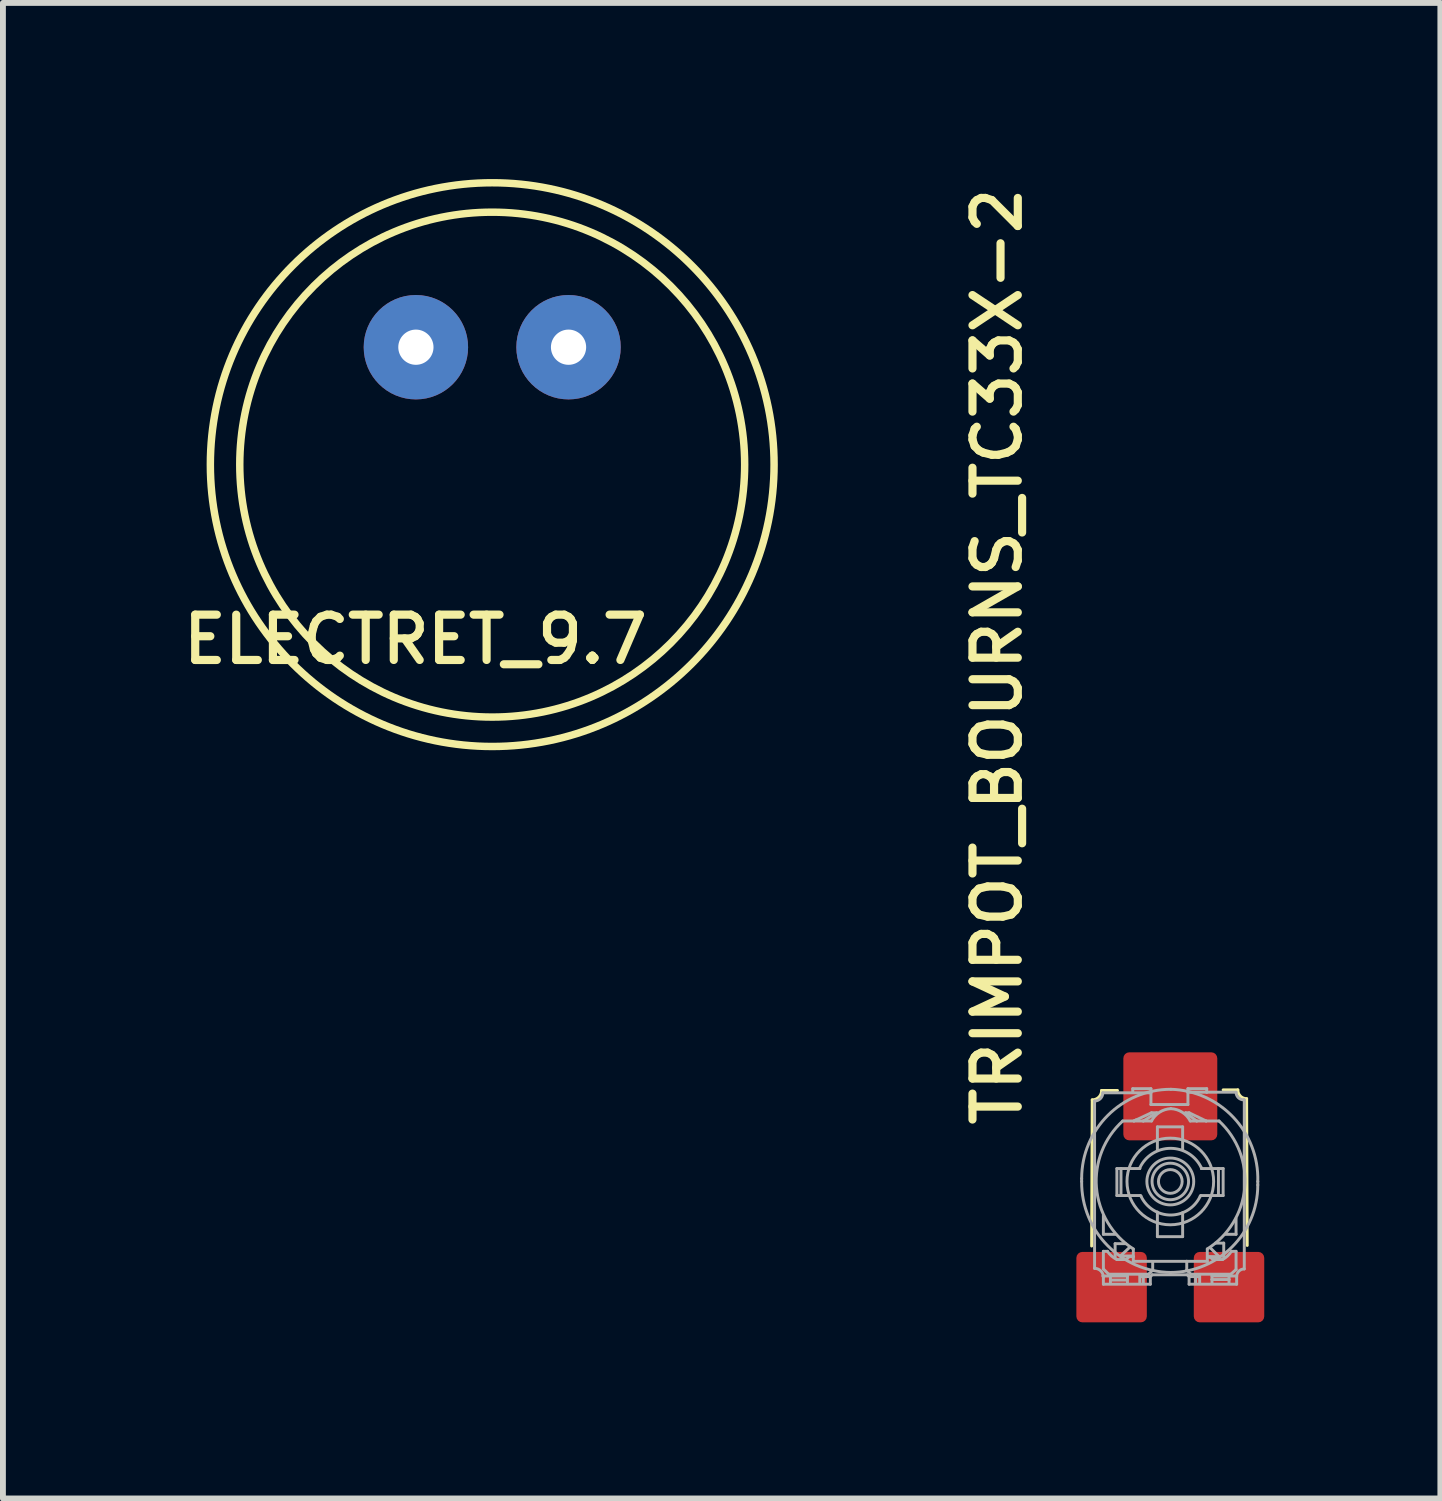
<source format=kicad_pcb>
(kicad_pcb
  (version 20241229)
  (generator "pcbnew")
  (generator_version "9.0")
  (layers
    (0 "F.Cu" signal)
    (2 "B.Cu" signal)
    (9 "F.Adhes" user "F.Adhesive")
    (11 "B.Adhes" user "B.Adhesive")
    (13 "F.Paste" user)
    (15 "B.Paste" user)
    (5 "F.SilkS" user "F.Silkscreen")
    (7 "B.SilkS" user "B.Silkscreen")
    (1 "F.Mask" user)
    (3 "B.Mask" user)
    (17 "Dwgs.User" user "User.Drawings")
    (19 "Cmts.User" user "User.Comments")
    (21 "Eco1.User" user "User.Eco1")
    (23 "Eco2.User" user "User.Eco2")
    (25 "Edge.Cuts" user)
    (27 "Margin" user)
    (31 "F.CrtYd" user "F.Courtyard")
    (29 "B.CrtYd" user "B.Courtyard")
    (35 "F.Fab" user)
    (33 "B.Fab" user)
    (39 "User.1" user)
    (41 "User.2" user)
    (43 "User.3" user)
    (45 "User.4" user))
  (footprint "TRIMPOT_BOURNS_TC33X-2"
    (layer "F.Cu")
    (at 16.884 17.074)
    (property "Reference" "TRIMPOT_BOURNS_TC33X-2" (at -2.496 -0.89 90) (layer "F.SilkS") (effects (font (size 0.772 0.772) (thickness 0.139)) (justify left bottom)))
    (attr through_hole)
    (fp_line (start -1.33 -1.39) (end -1.34 1.1) (stroke (width 0.05) (type solid)) (layer "F.SilkS"))
    (fp_line (start -0.9 -1.55) (end -1.17 -1.55) (stroke (width 0.05) (type solid)) (layer "F.SilkS"))
    (fp_line (start 0.9 -1.56) (end 1.15 -1.56) (stroke (width 0.05) (type solid)) (layer "F.SilkS"))
    (fp_line (start 1.3 -1.41) (end 1.31 1.09) (stroke (width 0.05) (type solid)) (layer "F.SilkS"))
    (fp_arc (start -1.17 -1.55) (mid -1.216863 -1.436863) (end -1.33 -1.39) (stroke (width 0.05) (type solid)) (layer "F.SilkS"))
    (fp_arc (start 1.3 -1.41) (mid 1.193934 -1.453934) (end 1.15 -1.56) (stroke (width 0.05) (type solid)) (layer "F.SilkS"))
    (fp_line (start -1.51 0) (end -1.51 -0.05) (stroke (width 0.05) (type solid)) (layer "F.Fab"))
    (fp_line (start -1.29 -1.37) (end -1.29 1.48) (stroke (width 0.05) (type solid)) (layer "F.Fab"))
    (fp_line (start -1.15 1.61) (end -0.73 1.61) (stroke (width 0.05) (type solid)) (layer "F.Fab"))
    (fp_line (start -1.14 0.58) (end -1.14 0.9) (stroke (width 0.05) (type solid)) (layer "F.Fab"))
    (fp_line (start -1.14 0.9) (end -0.93 0.9) (stroke (width 0.05) (type solid)) (layer "F.Fab"))
    (fp_line (start -1.14 1.19) (end -1.14 1.49) (stroke (width 0.05) (type solid)) (layer "F.Fab"))
    (fp_line (start -1.14 1.49) (end -1.05 1.58) (stroke (width 0.05) (type solid)) (layer "F.Fab"))
    (fp_line (start -1.14 1.63) (end -1.14 1.75) (stroke (width 0.05) (type solid)) (layer "F.Fab"))
    (fp_line (start -1.14 1.75) (end -0.34 1.75) (stroke (width 0.05) (type solid)) (layer "F.Fab"))
    (fp_line (start -1.07 1.19) (end -1.14 1.19) (stroke (width 0.05) (type solid)) (layer "F.Fab"))
    (fp_line (start -1.05 1.58) (end -0.37 1.58) (stroke (width 0.05) (type solid)) (layer "F.Fab"))
    (fp_line (start -1.02 1.62) (end -1.02 1.73) (stroke (width 0.05) (type solid)) (layer "F.Fab"))
    (fp_line (start -1.01 1.68) (end -0.75 1.68) (stroke (width 0.05) (type solid)) (layer "F.Fab"))
    (fp_line (start -0.94 1.06) (end -0.94 1.3) (stroke (width 0.05) (type solid)) (layer "F.Fab"))
    (fp_line (start -0.91 -0.22) (end -0.91 0.24) (stroke (width 0.05) (type solid)) (layer "F.Fab"))
    (fp_line (start -0.91 0.24) (end -0.51 0.24) (stroke (width 0.05) (type solid)) (layer "F.Fab"))
    (fp_line (start -0.85 1.27) (end -0.69 1.12) (stroke (width 0.05) (type solid)) (layer "F.Fab"))
    (fp_line (start -0.84 -0.22) (end -0.91 -0.22) (stroke (width 0.05) (type solid)) (layer "F.Fab"))
    (fp_line (start -0.84 -0.22) (end -0.84 0.23) (stroke (width 0.05) (type solid)) (layer "F.Fab"))
    (fp_line (start -0.81 -1.03) (end -0.62 -1.03) (stroke (width 0.05) (type solid)) (layer "F.Fab"))
    (fp_line (start -0.76 1.06) (end -0.94 1.06) (stroke (width 0.05) (type solid)) (layer "F.Fab"))
    (fp_line (start -0.75 1.33) (end -0.91 1.33) (stroke (width 0.05) (type solid)) (layer "F.Fab"))
    (fp_line (start -0.73 1.61) (end -0.73 1.74) (stroke (width 0.05) (type solid)) (layer "F.Fab"))
    (fp_line (start -0.7 1.28) (end -0.75 1.33) (stroke (width 0.05) (type solid)) (layer "F.Fab"))
    (fp_line (start -0.64 -1.58) (end -0.33 -1.58) (stroke (width 0.05) (type solid)) (layer "F.Fab"))
    (fp_line (start -0.64 -1.52) (end -0.64 -1.58) (stroke (width 0.05) (type solid)) (layer "F.Fab"))
    (fp_line (start -0.64 1.27) (end -0.85 1.27) (stroke (width 0.05) (type solid)) (layer "F.Fab"))
    (fp_line (start -0.63 1.15) (end -0.63 1.28) (stroke (width 0.05) (type solid)) (layer "F.Fab"))
    (fp_line (start -0.63 1.28) (end -0.7 1.28) (stroke (width 0.05) (type solid)) (layer "F.Fab"))
    (fp_line (start -0.63 1.28) (end -0.63 1.36) (stroke (width 0.05) (type solid)) (layer "F.Fab"))
    (fp_line (start -0.63 1.36) (end 0.28 1.36) (stroke (width 0.05) (type solid)) (layer "F.Fab"))
    (fp_line (start -0.62 -1.03) (end -0.58 -1.05) (stroke (width 0.05) (type solid)) (layer "F.Fab"))
    (fp_line (start -0.6 -1.04) (end -0.32 -1.17) (stroke (width 0.05) (type solid)) (layer "F.Fab"))
    (fp_line (start -0.52 -0.23) (end -0.52 -0.22) (stroke (width 0.05) (type solid)) (layer "F.Fab"))
    (fp_line (start -0.52 -0.22) (end -0.84 -0.22) (stroke (width 0.05) (type solid)) (layer "F.Fab"))
    (fp_line (start -0.52 1.59) (end -0.52 1.73) (stroke (width 0.05) (type solid)) (layer "F.Fab"))
    (fp_line (start -0.51 0.24) (end -0.5 0.25) (stroke (width 0.05) (type solid)) (layer "F.Fab"))
    (fp_line (start -0.51 1.62) (end -0.35 1.62) (stroke (width 0.05) (type solid)) (layer "F.Fab"))
    (fp_line (start -0.46 -1.03) (end -0.62 -1.03) (stroke (width 0.05) (type solid)) (layer "F.Fab"))
    (fp_line (start -0.46 -1.03) (end -0.32 -1.03) (stroke (width 0.05) (type solid)) (layer "F.Fab"))
    (fp_line (start -0.46 1.6) (end -0.46 1.73) (stroke (width 0.05) (type solid)) (layer "F.Fab"))
    (fp_line (start -0.37 1.58) (end -0.3 1.51) (stroke (width 0.05) (type solid)) (layer "F.Fab"))
    (fp_line (start -0.34 1.62) (end -0.31 1.59) (stroke (width 0.05) (type solid)) (layer "F.Fab"))
    (fp_line (start -0.34 1.75) (end -0.34 1.62) (stroke (width 0.05) (type solid)) (layer "F.Fab"))
    (fp_line (start -0.33 -1.58) (end -0.33 -1.52) (stroke (width 0.05) (type solid)) (layer "F.Fab"))
    (fp_line (start -0.33 -1.51) (end -1.15 -1.51) (stroke (width 0.05) (type solid)) (layer "F.Fab"))
    (fp_line (start -0.33 -1.31) (end -0.33 -1.51) (stroke (width 0.05) (type solid)) (layer "F.Fab"))
    (fp_line (start -0.32 -1.17) (end -0.23 -1.17) (stroke (width 0.05) (type solid)) (layer "F.Fab"))
    (fp_line (start -0.31 1.59) (end 0.29 1.59) (stroke (width 0.05) (type solid)) (layer "F.Fab"))
    (fp_line (start -0.3 1.51) (end -0.3 1.37) (stroke (width 0.05) (type solid)) (layer "F.Fab"))
    (fp_line (start -0.23 -1.17) (end -0.46 -1.03) (stroke (width 0.05) (type solid)) (layer "F.Fab"))
    (fp_line (start -0.22 -0.93) (end 0.21 -0.93) (stroke (width 0.05) (type solid)) (layer "F.Fab"))
    (fp_line (start -0.22 -0.53) (end -0.22 -0.93) (stroke (width 0.05) (type solid)) (layer "F.Fab"))
    (fp_line (start -0.22 0.52) (end -0.22 0.94) (stroke (width 0.05) (type solid)) (layer "F.Fab"))
    (fp_line (start -0.22 0.94) (end 0.21 0.94) (stroke (width 0.05) (type solid)) (layer "F.Fab"))
    (fp_line (start 0 1.55) (end 0.01 1.55) (stroke (width 0.05) (type solid)) (layer "F.Fab"))
    (fp_line (start 0.21 -0.93) (end 0.21 -0.54) (stroke (width 0.05) (type solid)) (layer "F.Fab"))
    (fp_line (start 0.21 0.94) (end 0.21 0.53) (stroke (width 0.05) (type solid)) (layer "F.Fab"))
    (fp_line (start 0.26 -1.17) (end 0.32 -1.17) (stroke (width 0.05) (type solid)) (layer "F.Fab"))
    (fp_line (start 0.28 1.36) (end 0.63 1.36) (stroke (width 0.05) (type solid)) (layer "F.Fab"))
    (fp_line (start 0.28 1.51) (end 0.28 1.36) (stroke (width 0.05) (type solid)) (layer "F.Fab"))
    (fp_line (start 0.29 1.59) (end 0.32 1.62) (stroke (width 0.05) (type solid)) (layer "F.Fab"))
    (fp_line (start 0.3 -1.58) (end 0.62 -1.58) (stroke (width 0.05) (type solid)) (layer "F.Fab"))
    (fp_line (start 0.3 -1.52) (end 0.3 -1.58) (stroke (width 0.05) (type solid)) (layer "F.Fab"))
    (fp_line (start 0.3 -1.52) (end 0.3 -1.31) (stroke (width 0.05) (type solid)) (layer "F.Fab"))
    (fp_line (start 0.3 -1.31) (end -0.33 -1.31) (stroke (width 0.05) (type solid)) (layer "F.Fab"))
    (fp_line (start 0.32 -1.17) (end 0.61 -1.03) (stroke (width 0.05) (type solid)) (layer "F.Fab"))
    (fp_line (start 0.32 1.62) (end 0.32 1.75) (stroke (width 0.05) (type solid)) (layer "F.Fab"))
    (fp_line (start 0.32 1.75) (end 1.13 1.75) (stroke (width 0.05) (type solid)) (layer "F.Fab"))
    (fp_line (start 0.33 1.62) (end 0.49 1.62) (stroke (width 0.05) (type solid)) (layer "F.Fab"))
    (fp_line (start 0.34 -1.03) (end 0.45 -1.03) (stroke (width 0.05) (type solid)) (layer "F.Fab"))
    (fp_line (start 0.35 1.58) (end 0.28 1.51) (stroke (width 0.05) (type solid)) (layer "F.Fab"))
    (fp_line (start 0.43 1.59) (end 0.43 1.74) (stroke (width 0.05) (type solid)) (layer "F.Fab"))
    (fp_line (start 0.45 -1.03) (end 0.26 -1.17) (stroke (width 0.05) (type solid)) (layer "F.Fab"))
    (fp_line (start 0.5 1.6) (end 0.5 1.74) (stroke (width 0.05) (type solid)) (layer "F.Fab"))
    (fp_line (start 0.51 0.25) (end 0.52 0.24) (stroke (width 0.05) (type solid)) (layer "F.Fab"))
    (fp_line (start 0.52 0.24) (end 0.9 0.24) (stroke (width 0.05) (type solid)) (layer "F.Fab"))
    (fp_line (start 0.53 -0.22) (end 0.53 -0.23) (stroke (width 0.05) (type solid)) (layer "F.Fab"))
    (fp_line (start 0.61 -1.03) (end 0.45 -1.03) (stroke (width 0.05) (type solid)) (layer "F.Fab"))
    (fp_line (start 0.61 -1.03) (end 0.83 -1.03) (stroke (width 0.05) (type solid)) (layer "F.Fab"))
    (fp_line (start 0.62 -1.58) (end 0.62 -1.52) (stroke (width 0.05) (type solid)) (layer "F.Fab"))
    (fp_line (start 0.62 -1.52) (end 0.3 -1.52) (stroke (width 0.05) (type solid)) (layer "F.Fab"))
    (fp_line (start 0.63 1.36) (end 0.63 1.15) (stroke (width 0.05) (type solid)) (layer "F.Fab"))
    (fp_line (start 0.64 1.28) (end 0.83 1.28) (stroke (width 0.05) (type solid)) (layer "F.Fab"))
    (fp_line (start 0.64 1.29) (end 0.68 1.29) (stroke (width 0.05) (type solid)) (layer "F.Fab"))
    (fp_line (start 0.68 1.29) (end 0.73 1.33) (stroke (width 0.05) (type solid)) (layer "F.Fab"))
    (fp_line (start 0.71 1.59) (end 0.71 1.67) (stroke (width 0.05) (type solid)) (layer "F.Fab"))
    (fp_line (start 0.71 1.67) (end 0.71 1.73) (stroke (width 0.05) (type solid)) (layer "F.Fab"))
    (fp_line (start 0.73 1.33) (end 0.89 1.33) (stroke (width 0.05) (type solid)) (layer "F.Fab"))
    (fp_line (start 0.77 1.05) (end 0.91 1.05) (stroke (width 0.05) (type solid)) (layer "F.Fab"))
    (fp_line (start 0.82 -0.22) (end 0.53 -0.22) (stroke (width 0.05) (type solid)) (layer "F.Fab"))
    (fp_line (start 0.82 -0.22) (end 0.82 0.23) (stroke (width 0.05) (type solid)) (layer "F.Fab"))
    (fp_line (start 0.83 1.28) (end 0.68 1.13) (stroke (width 0.05) (type solid)) (layer "F.Fab"))
    (fp_line (start 0.9 -0.22) (end 0.82 -0.22) (stroke (width 0.05) (type solid)) (layer "F.Fab"))
    (fp_line (start 0.9 0.24) (end 0.9 -0.22) (stroke (width 0.05) (type solid)) (layer "F.Fab"))
    (fp_line (start 0.91 1.05) (end 0.91 1.31) (stroke (width 0.05) (type solid)) (layer "F.Fab"))
    (fp_line (start 1 1.61) (end 0.71 1.61) (stroke (width 0.05) (type solid)) (layer "F.Fab"))
    (fp_line (start 1 1.61) (end 1 1.67) (stroke (width 0.05) (type solid)) (layer "F.Fab"))
    (fp_line (start 1 1.67) (end 0.71 1.67) (stroke (width 0.05) (type solid)) (layer "F.Fab"))
    (fp_line (start 1 1.67) (end 1 1.74) (stroke (width 0.05) (type solid)) (layer "F.Fab"))
    (fp_line (start 1.03 1.58) (end 0.35 1.58) (stroke (width 0.05) (type solid)) (layer "F.Fab"))
    (fp_line (start 1.04 1.19) (end 1.12 1.19) (stroke (width 0.05) (type solid)) (layer "F.Fab"))
    (fp_line (start 1.12 -1.52) (end 0.62 -1.52) (stroke (width 0.05) (type solid)) (layer "F.Fab"))
    (fp_line (start 1.12 0.63) (end 1.12 0.9) (stroke (width 0.05) (type solid)) (layer "F.Fab"))
    (fp_line (start 1.12 0.9) (end 0.94 0.9) (stroke (width 0.05) (type solid)) (layer "F.Fab"))
    (fp_line (start 1.12 1.19) (end 1.12 1.5) (stroke (width 0.05) (type solid)) (layer "F.Fab"))
    (fp_line (start 1.12 1.5) (end 1.03 1.58) (stroke (width 0.05) (type solid)) (layer "F.Fab"))
    (fp_line (start 1.13 1.61) (end 1 1.61) (stroke (width 0.05) (type solid)) (layer "F.Fab"))
    (fp_line (start 1.13 1.75) (end 1.13 1.62) (stroke (width 0.05) (type solid)) (layer "F.Fab"))
    (fp_line (start 1.26 -1.39) (end 1.25 -1.39) (stroke (width 0.05) (type solid)) (layer "F.Fab"))
    (fp_line (start 1.26 1.49) (end 1.26 -1.39) (stroke (width 0.05) (type solid)) (layer "F.Fab"))
    (fp_line (start 1.49 0) (end 1.49 0.06) (stroke (width 0.05) (type solid)) (layer "F.Fab"))
    (fp_arc (start -1.51 -0.05) (mid -1.064802 -1.124802) (end 0.010001 -1.569999) (stroke (width 0.05) (type solid)) (layer "F.Fab"))
    (fp_arc (start -1.29 1.48) (mid -1.183934 1.523934) (end -1.14 1.63) (stroke (width 0.05) (type solid)) (layer "F.Fab"))
    (fp_arc (start -1.15 -1.51) (mid -1.191005 -1.411005) (end -1.29 -1.37) (stroke (width 0.05) (type solid)) (layer "F.Fab"))
    (fp_arc (start -0.91 1.33) (mid -0.999216 1.270532) (end -1.07 1.19) (stroke (width 0.05) (type solid)) (layer "F.Fab"))
    (fp_arc (start -0.630001 1.15) (mid -1.257529 0.104383) (end -0.81 -1.03) (stroke (width 0.05) (type solid)) (layer "F.Fab"))
    (fp_arc (start -0.52 -0.230001) (mid 0.005 -0.564463) (end 0.53 -0.23) (stroke (width 0.05) (type solid)) (layer "F.Fab"))
    (fp_arc (start -0.32 -1.03) (mid -0.183135 -1.179211) (end 0.01 -1.239999) (stroke (width 0.05) (type solid)) (layer "F.Fab"))
    (fp_arc (start 0.01 -1.57) (mid 1.075158 -1.091518) (end 1.490001 0.000001) (stroke (width 0.05) (type solid)) (layer "F.Fab"))
    (fp_arc (start 0.01 -1.24) (mid 0.203135 -1.179212) (end 0.340001 -1.03) (stroke (width 0.05) (type solid)) (layer "F.Fab"))
    (fp_arc (start 0.01 1.55) (mid -1.071016 1.089802) (end -1.510001 -0.000001) (stroke (width 0.05) (type solid)) (layer "F.Fab"))
    (fp_arc (start 0.51 0.249999) (mid 0.005 0.57172) (end -0.5 0.25) (stroke (width 0.05) (type solid)) (layer "F.Fab"))
    (fp_arc (start 0.83 -1.029999) (mid 1.267528 0.109315) (end 0.63 1.15) (stroke (width 0.05) (type solid)) (layer "F.Fab"))
    (fp_arc (start 1.04 1.19) (mid 0.974216 1.269874) (end 0.89 1.33) (stroke (width 0.05) (type solid)) (layer "F.Fab"))
    (fp_arc (start 1.13 1.62) (mid 1.168076 1.528076) (end 1.26 1.49) (stroke (width 0.05) (type solid)) (layer "F.Fab"))
    (fp_arc (start 1.25 -1.39) (mid 1.158076 -1.428076) (end 1.12 -1.52) (stroke (width 0.05) (type solid)) (layer "F.Fab"))
    (fp_arc (start 1.49 0.06) (mid 1.053588 1.113589) (end -0.000001 1.549999) (stroke (width 0.05) (type solid)) (layer "F.Fab"))
    (fp_circle (center 0 0) (end 0.202 0) (stroke (width 0.05) (type solid)) (fill no) (layer "F.Fab"))
    (fp_circle (center 0 0) (end 0.311 0) (stroke (width 0.05) (type solid)) (fill no) (layer "F.Fab"))
    (fp_circle (center 0 0) (end 0.399 0) (stroke (width 0.05) (type solid)) (fill no) (layer "F.Fab"))
    (fp_circle (center 0 0) (end 0.738 0) (stroke (width 0.05) (type solid)) (fill no) (layer "F.Fab"))
    (pad "1" smd roundrect (at -1 1.8) (size 1.2 1.2) (layers "F.Cu" "F.Mask" "F.Paste") (roundrect_rratio 0.085))
    (pad "2" smd roundrect (at 0 -1.45) (size 1.6 1.5) (layers "F.Cu" "F.Mask" "F.Paste") (roundrect_rratio 0.068))
    (pad "3" smd roundrect (at 1 1.8) (size 1.2 1.2) (layers "F.Cu" "F.Mask" "F.Paste") (roundrect_rratio 0.085)))
  (footprint "ELECTRET_9.7"
    (layer "F.Cu")
    (at 5.334 4.864)
    (property "Reference" "ELECTRET_9.7" (at -5.334 3.429 180) (layer "F.SilkS") (effects (font (size 0.772 0.772) (thickness 0.139)) (justify left bottom)))
    (attr through_hole)
    (fp_circle (center 0 0) (end 4.3 0) (stroke (width 0.127) (type solid)) (fill no) (layer "F.SilkS"))
    (fp_circle (center 0 0) (end 4.801 0) (stroke (width 0.127) (type solid)) (fill no) (layer "F.SilkS"))
    (pad "1" thru_hole circle (at 1.3 -2) (size 1.778 1.778) (drill 0.6) (layers "*.Cu" "*.Mask"))
    (pad "2" thru_hole circle (at -1.3 -2) (size 1.778 1.778) (drill 0.6) (layers "*.Cu" "*.Mask")))
  (gr_rect
    (start -3 -3)
    (end 21.484 22.474)
    (stroke (width 0.1) (type default))
    (fill no)
    (layer "Edge.Cuts")))
</source>
